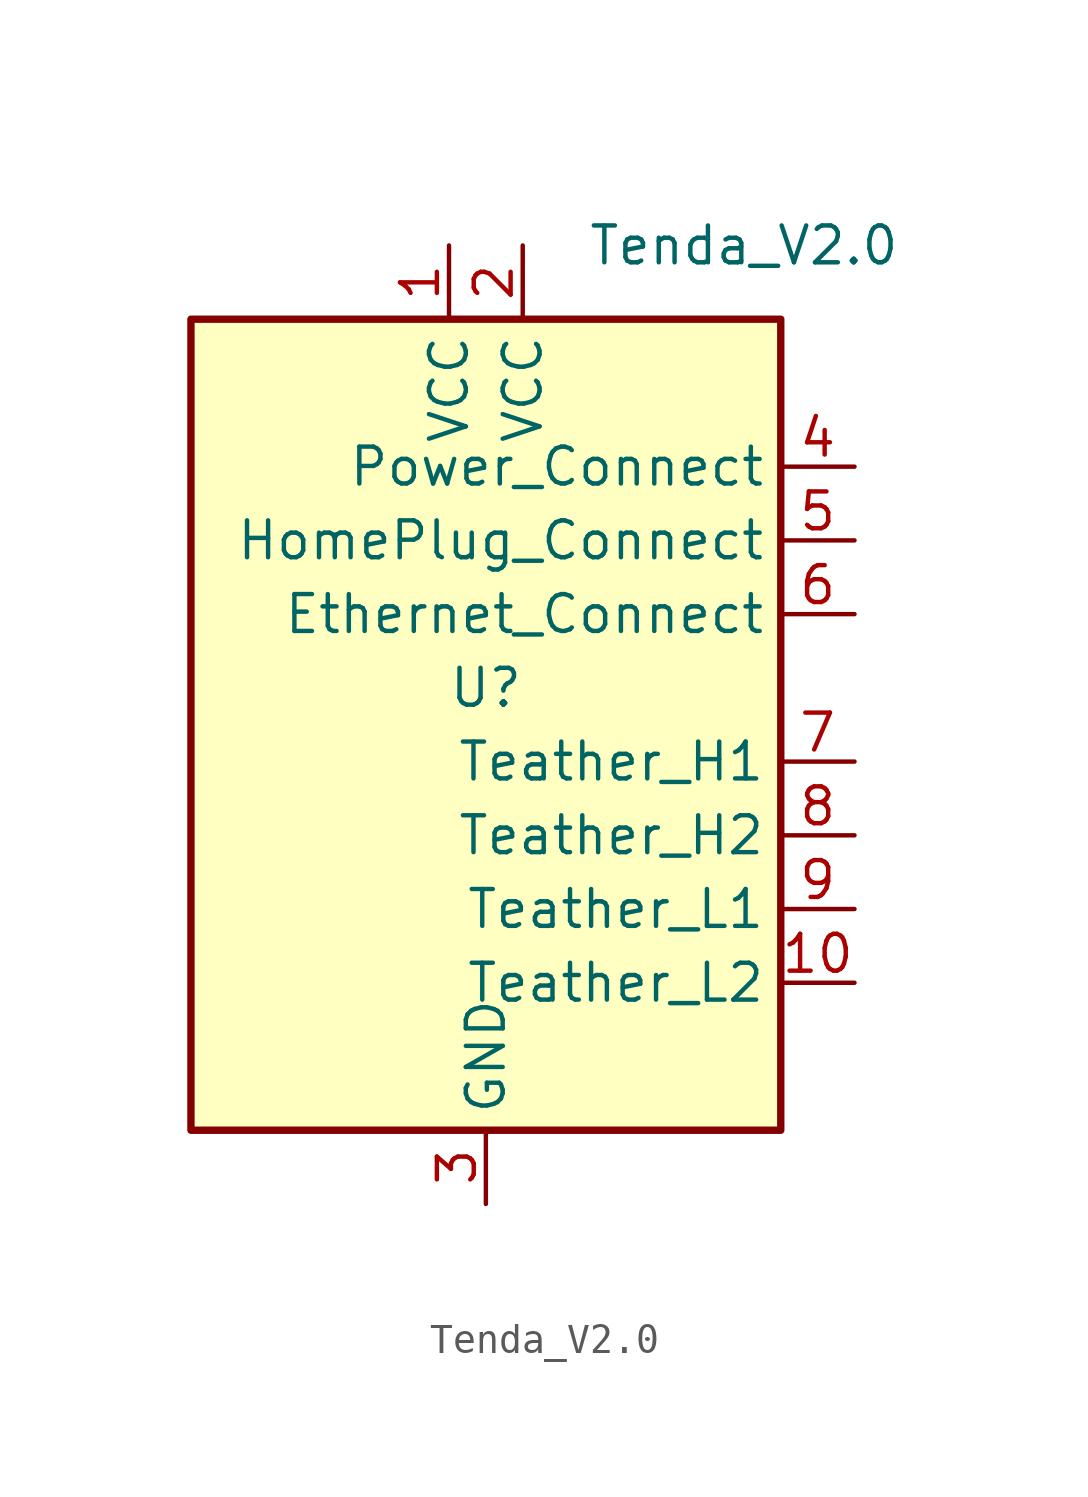
<source format=kicad_sym>
(kicad_symbol_lib
  (version 20211014)
  (generator kicad_symbol_editor)
  (symbol "Tenda_V2.0"
    (property "Reference" "U"
      (at 0 0 0)
      (effects (font (size 1.27 1.27))))
    (property "Value" "Tenda_V2.0"
      (at 8.89 15.24 0)
      (effects (font (size 1.27 1.27))))
    (symbol "Tenda_V2.0_0_1"
      (rectangle (start -10.16 12.7) (end 10.16 -15.24) (stroke (width 0.254) (type default) (color 0 0 0 0)) (fill (type background))))
    (symbol "Tenda_V2.0_1_1"
      (pin power_in line (at -1.27 15.24 270) (length 2.54) (name "VCC" (effects (font (size 1.27 1.27)))) (number "1" (effects (font (size 1.27 1.27)))))
      (pin output line (at 12.7 -10.16 180) (length 2.54) (name "Teather_L2" (effects (font (size 1.27 1.27)))) (number "10" (effects (font (size 1.27 1.27)))))
      (pin power_in line (at 1.27 15.24 270) (length 2.54) (name "VCC" (effects (font (size 1.27 1.27)))) (number "2" (effects (font (size 1.27 1.27)))))
      (pin power_in line (at 0 -17.78 90) (length 2.54) (name "GND" (effects (font (size 1.27 1.27)))) (number "3" (effects (font (size 1.27 1.27)))))
      (pin output line (at 12.7 7.62 180) (length 2.54) (name "Power_Connect" (effects (font (size 1.27 1.27)))) (number "4" (effects (font (size 1.27 1.27)))))
      (pin output line (at 12.7 5.08 180) (length 2.54) (name "HomePlug_Connect" (effects (font (size 1.27 1.27)))) (number "5" (effects (font (size 1.27 1.27)))))
      (pin output line (at 12.7 2.54 180) (length 2.54) (name "Ethernet_Connect" (effects (font (size 1.27 1.27)))) (number "6" (effects (font (size 1.27 1.27)))))
      (pin output line (at 12.7 -2.54 180) (length 2.54) (name "Teather_H1" (effects (font (size 1.27 1.27)))) (number "7" (effects (font (size 1.27 1.27)))))
      (pin output line (at 12.7 -5.08 180) (length 2.54) (name "Teather_H2" (effects (font (size 1.27 1.27)))) (number "8" (effects (font (size 1.27 1.27)))))
      (pin output line (at 12.7 -7.62 180) (length 2.54) (name "Teather_L1" (effects (font (size 1.27 1.27)))) (number "9" (effects (font (size 1.27 1.27))))))))
</source>
